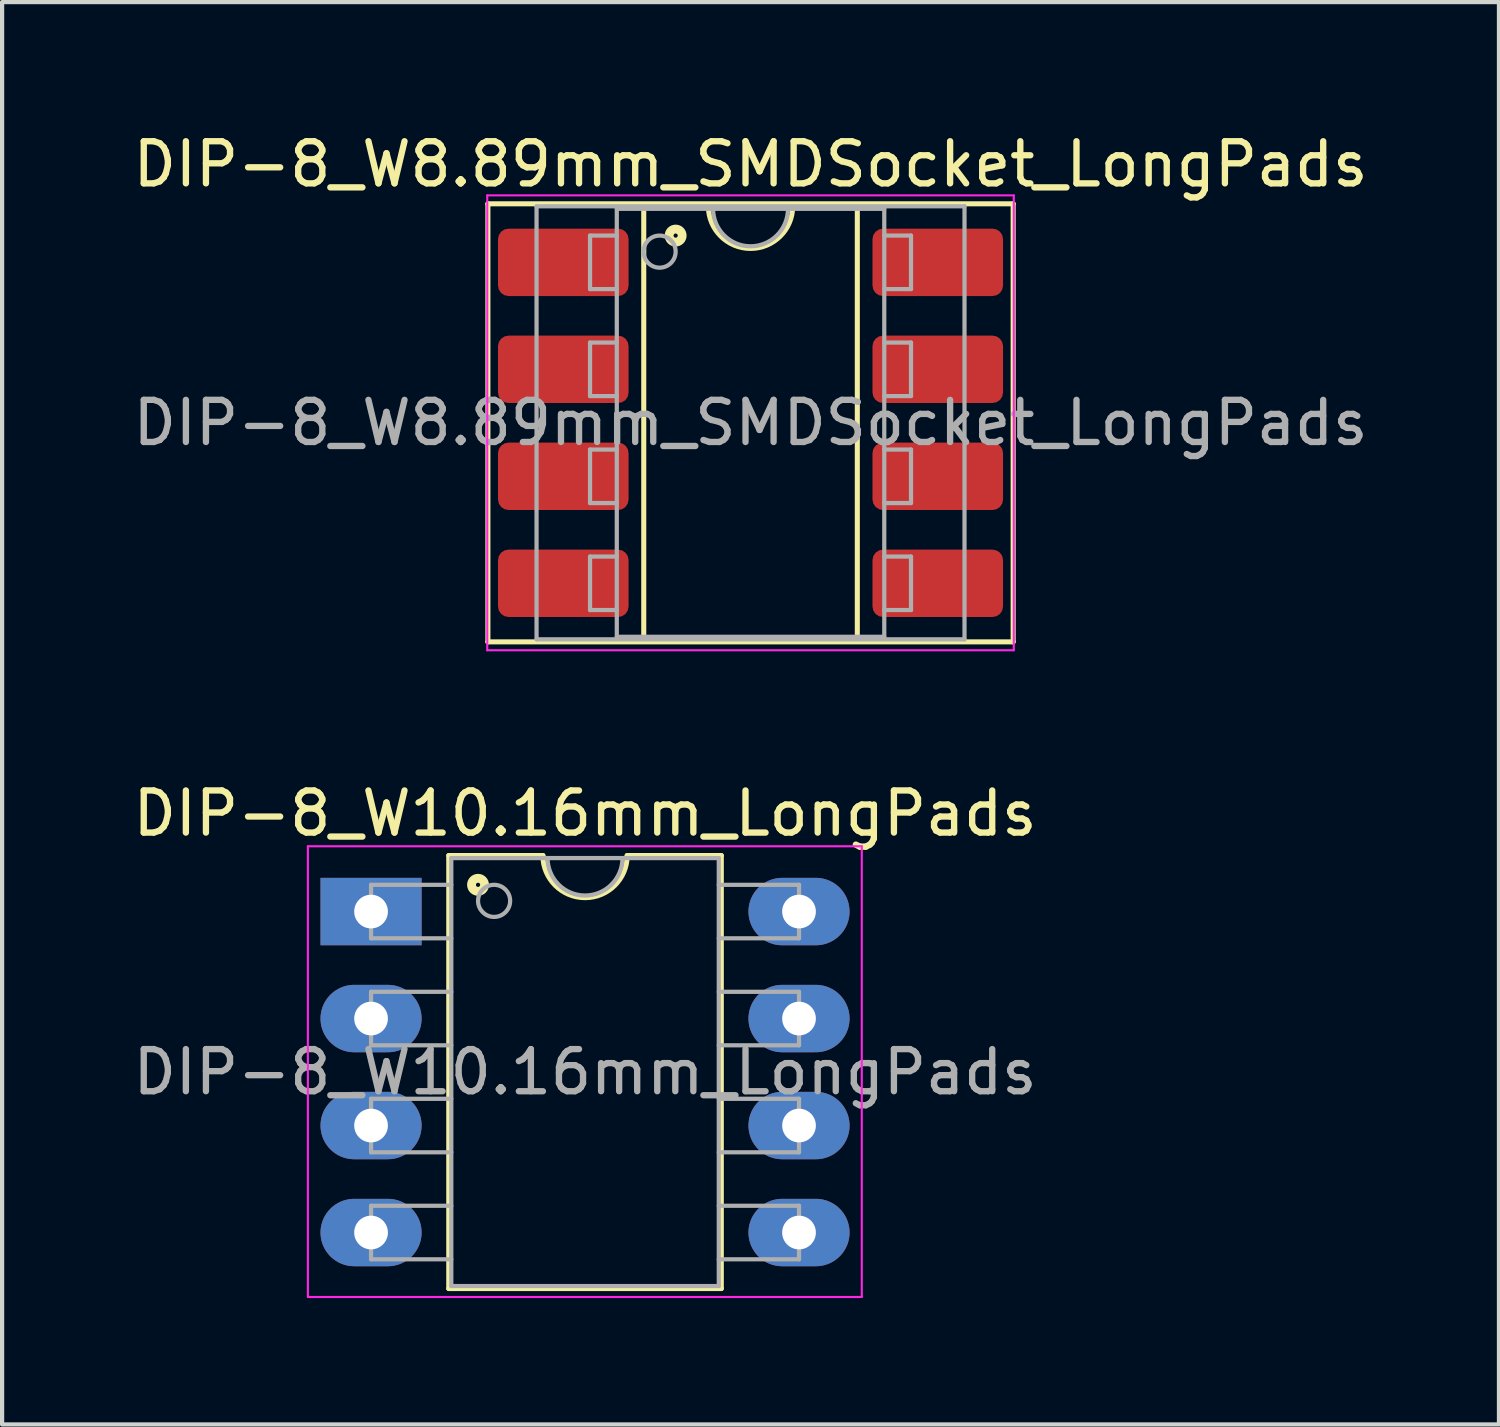
<source format=kicad_pcb>
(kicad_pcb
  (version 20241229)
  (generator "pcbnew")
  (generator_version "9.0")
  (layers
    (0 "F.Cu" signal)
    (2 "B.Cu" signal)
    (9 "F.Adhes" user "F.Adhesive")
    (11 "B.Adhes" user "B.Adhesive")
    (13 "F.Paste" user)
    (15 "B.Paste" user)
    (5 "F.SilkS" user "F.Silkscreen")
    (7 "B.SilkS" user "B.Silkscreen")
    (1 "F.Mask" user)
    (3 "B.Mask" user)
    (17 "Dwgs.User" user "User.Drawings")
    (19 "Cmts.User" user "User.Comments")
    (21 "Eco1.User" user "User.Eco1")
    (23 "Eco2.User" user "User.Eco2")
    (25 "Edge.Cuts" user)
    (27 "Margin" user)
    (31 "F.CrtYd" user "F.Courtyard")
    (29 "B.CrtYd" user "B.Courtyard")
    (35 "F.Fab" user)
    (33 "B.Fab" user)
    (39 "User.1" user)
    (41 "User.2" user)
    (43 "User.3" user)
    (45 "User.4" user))
  (footprint "DIP-8_W10.16mm_LongPads"
    (layer "F.Cu")
    (at 5.759 18.591)
    (property "Reference" "DIP-8_W10.16mm_LongPads" (at 5.08 -2.33 0) (layer "F.SilkS") (effects (font (size 1 1) (thickness 0.15))))
    (attr through_hole)
    (fp_line (start 1.845 -1.33) (end 1.845 8.95) (stroke (width 0.12) (type solid)) (layer "F.SilkS"))
    (fp_line (start 1.845 8.95) (end 8.315 8.95) (stroke (width 0.12) (type solid)) (layer "F.SilkS"))
    (fp_line (start 4.08 -1.33) (end 1.845 -1.33) (stroke (width 0.12) (type solid)) (layer "F.SilkS"))
    (fp_line (start 8.315 -1.33) (end 6.08 -1.33) (stroke (width 0.12) (type solid)) (layer "F.SilkS"))
    (fp_line (start 8.315 8.95) (end 8.315 -1.33) (stroke (width 0.12) (type solid)) (layer "F.SilkS"))
    (fp_arc (start 6.08 -1.33) (mid 5.08 -0.33) (end 4.08 -1.33) (stroke (width 0.12) (type solid)) (layer "F.SilkS"))
    (fp_circle (center 2.54 -0.635) (end 2.59 -0.635) (stroke (width 0.12) (type solid)) (fill no) (layer "F.SilkS"))
    (fp_circle (center 2.54 -0.635) (end 2.665 -0.635) (stroke (width 0.12) (type solid)) (fill no) (layer "F.SilkS"))
    (fp_circle (center 2.54 -0.635) (end 2.74 -0.635) (stroke (width 0.12) (type solid)) (fill no) (layer "F.SilkS"))
    (fp_line (start -1.5 -1.55) (end -1.5 9.15) (stroke (width 0.05) (type solid)) (layer "F.CrtYd"))
    (fp_line (start -1.5 9.15) (end 11.65 9.15) (stroke (width 0.05) (type solid)) (layer "F.CrtYd"))
    (fp_line (start 11.65 -1.55) (end -1.5 -1.55) (stroke (width 0.05) (type solid)) (layer "F.CrtYd"))
    (fp_line (start 11.65 9.15) (end 11.65 -1.55) (stroke (width 0.05) (type solid)) (layer "F.CrtYd"))
    (fp_line (start 0 -0.635) (end 0 0.635) (stroke (width 0.1) (type solid)) (layer "F.Fab"))
    (fp_line (start 0 -0.635) (end 1.905 -0.635) (stroke (width 0.1) (type solid)) (layer "F.Fab"))
    (fp_line (start 0 0.635) (end 1.905 0.635) (stroke (width 0.1) (type solid)) (layer "F.Fab"))
    (fp_line (start 0 1.905) (end 0 3.175) (stroke (width 0.1) (type solid)) (layer "F.Fab"))
    (fp_line (start 0 1.905) (end 1.905 1.905) (stroke (width 0.1) (type solid)) (layer "F.Fab"))
    (fp_line (start 0 3.175) (end 1.905 3.175) (stroke (width 0.1) (type solid)) (layer "F.Fab"))
    (fp_line (start 0 4.445) (end 0 5.715) (stroke (width 0.1) (type solid)) (layer "F.Fab"))
    (fp_line (start 0 4.445) (end 1.905 4.445) (stroke (width 0.1) (type solid)) (layer "F.Fab"))
    (fp_line (start 0 5.715) (end 1.905 5.715) (stroke (width 0.1) (type solid)) (layer "F.Fab"))
    (fp_line (start 0 6.985) (end 0 8.255) (stroke (width 0.1) (type solid)) (layer "F.Fab"))
    (fp_line (start 0 6.985) (end 1.905 6.985) (stroke (width 0.1) (type solid)) (layer "F.Fab"))
    (fp_line (start 0 8.255) (end 1.905 8.255) (stroke (width 0.1) (type solid)) (layer "F.Fab"))
    (fp_line (start 1.905 -1.27) (end 8.255 -1.27) (stroke (width 0.1) (type solid)) (layer "F.Fab"))
    (fp_line (start 1.905 8.89) (end 1.905 -1.27) (stroke (width 0.1) (type solid)) (layer "F.Fab"))
    (fp_line (start 8.255 -1.27) (end 8.255 8.89) (stroke (width 0.1) (type solid)) (layer "F.Fab"))
    (fp_line (start 8.255 8.89) (end 1.905 8.89) (stroke (width 0.1) (type solid)) (layer "F.Fab"))
    (fp_line (start 10.16 -0.635) (end 8.255 -0.635) (stroke (width 0.1) (type solid)) (layer "F.Fab"))
    (fp_line (start 10.16 0.635) (end 8.255 0.635) (stroke (width 0.1) (type solid)) (layer "F.Fab"))
    (fp_line (start 10.16 0.635) (end 10.16 -0.635) (stroke (width 0.1) (type solid)) (layer "F.Fab"))
    (fp_line (start 10.16 1.905) (end 8.255 1.905) (stroke (width 0.1) (type solid)) (layer "F.Fab"))
    (fp_line (start 10.16 3.175) (end 8.255 3.175) (stroke (width 0.1) (type solid)) (layer "F.Fab"))
    (fp_line (start 10.16 3.175) (end 10.16 1.905) (stroke (width 0.1) (type solid)) (layer "F.Fab"))
    (fp_line (start 10.16 4.445) (end 8.255 4.445) (stroke (width 0.1) (type solid)) (layer "F.Fab"))
    (fp_line (start 10.16 5.715) (end 8.255 5.715) (stroke (width 0.1) (type solid)) (layer "F.Fab"))
    (fp_line (start 10.16 5.715) (end 10.16 4.445) (stroke (width 0.1) (type solid)) (layer "F.Fab"))
    (fp_line (start 10.16 6.985) (end 8.255 6.985) (stroke (width 0.1) (type solid)) (layer "F.Fab"))
    (fp_line (start 10.16 8.255) (end 8.255 8.255) (stroke (width 0.1) (type solid)) (layer "F.Fab"))
    (fp_line (start 10.16 8.255) (end 10.16 6.985) (stroke (width 0.1) (type solid)) (layer "F.Fab"))
    (fp_arc (start 5.969 -1.27) (mid 5.08 -0.381) (end 4.191 -1.27) (stroke (width 0.1) (type solid)) (layer "F.Fab"))
    (fp_circle (center 2.921 -0.254) (end 3.302 -0.254) (stroke (width 0.1) (type solid)) (fill no) (layer "F.Fab"))
    (fp_text user "${REFERENCE}" (at 5.08 3.81 0) (layer "F.Fab") (effects (font (size 1 1) (thickness 0.15))))
    (pad "1" thru_hole rect (at 0 0) (size 2.4 1.6) (drill 0.8) (layers "*.Cu" "*.Mask"))
    (pad "2" thru_hole oval (at 0 2.54) (size 2.4 1.6) (drill 0.8) (layers "*.Cu" "*.Mask"))
    (pad "3" thru_hole oval (at 0 5.08) (size 2.4 1.6) (drill 0.8) (layers "*.Cu" "*.Mask"))
    (pad "4" thru_hole oval (at 0 7.62) (size 2.4 1.6) (drill 0.8) (layers "*.Cu" "*.Mask"))
    (pad "5" thru_hole oval (at 10.16 7.62) (size 2.4 1.6) (drill 0.8) (layers "*.Cu" "*.Mask"))
    (pad "6" thru_hole oval (at 10.16 5.08) (size 2.4 1.6) (drill 0.8) (layers "*.Cu" "*.Mask"))
    (pad "7" thru_hole oval (at 10.16 2.54) (size 2.4 1.6) (drill 0.8) (layers "*.Cu" "*.Mask"))
    (pad "8" thru_hole oval (at 10.16 0) (size 2.4 1.6) (drill 0.8) (layers "*.Cu" "*.Mask")))
  (footprint "DIP-8_W8.89mm_SMDSocket_LongPads"
    (layer "F.Cu")
    (at 14.768 6.988)
    (property "Reference" "DIP-8_W8.89mm_SMDSocket_LongPads" (at 0 -6.14 0) (layer "F.SilkS") (effects (font (size 1 1) (thickness 0.15))))
    (attr smd)
    (fp_line (start -6.235 -5.2) (end -6.235 5.2) (stroke (width 0.12) (type solid)) (layer "F.SilkS"))
    (fp_line (start -6.235 5.2) (end 6.235 5.2) (stroke (width 0.12) (type solid)) (layer "F.SilkS"))
    (fp_line (start -2.535 -5.14) (end -2.535 5.14) (stroke (width 0.12) (type solid)) (layer "F.SilkS"))
    (fp_line (start -2.535 5.14) (end 2.535 5.14) (stroke (width 0.12) (type solid)) (layer "F.SilkS"))
    (fp_line (start -1 -5.14) (end -2.535 -5.14) (stroke (width 0.12) (type solid)) (layer "F.SilkS"))
    (fp_line (start 2.535 -5.14) (end 1 -5.14) (stroke (width 0.12) (type solid)) (layer "F.SilkS"))
    (fp_line (start 2.535 5.14) (end 2.535 -5.14) (stroke (width 0.12) (type solid)) (layer "F.SilkS"))
    (fp_line (start 6.235 -5.2) (end -6.235 -5.2) (stroke (width 0.12) (type solid)) (layer "F.SilkS"))
    (fp_line (start 6.235 5.2) (end 6.235 -5.2) (stroke (width 0.12) (type solid)) (layer "F.SilkS"))
    (fp_arc (start 1 -5.14) (mid 0 -4.14) (end -1 -5.14) (stroke (width 0.12) (type solid)) (layer "F.SilkS"))
    (fp_circle (center -1.778 -4.445) (end -1.728 -4.445) (stroke (width 0.12) (type solid)) (fill no) (layer "F.SilkS"))
    (fp_circle (center -1.778 -4.445) (end -1.653 -4.445) (stroke (width 0.12) (type solid)) (fill no) (layer "F.SilkS"))
    (fp_circle (center -1.778 -4.445) (end -1.578 -4.445) (stroke (width 0.12) (type solid)) (fill no) (layer "F.SilkS"))
    (fp_line (start -6.25 -5.4) (end -6.25 5.4) (stroke (width 0.05) (type solid)) (layer "F.CrtYd"))
    (fp_line (start -6.25 5.4) (end 6.25 5.4) (stroke (width 0.05) (type solid)) (layer "F.CrtYd"))
    (fp_line (start 6.25 -5.4) (end -6.25 -5.4) (stroke (width 0.05) (type solid)) (layer "F.CrtYd"))
    (fp_line (start 6.25 5.4) (end 6.25 -5.4) (stroke (width 0.05) (type solid)) (layer "F.CrtYd"))
    (fp_line (start -5.08 -5.14) (end -5.08 5.14) (stroke (width 0.1) (type solid)) (layer "F.Fab"))
    (fp_line (start -5.08 5.14) (end 5.08 5.14) (stroke (width 0.1) (type solid)) (layer "F.Fab"))
    (fp_line (start -3.81 -4.445) (end -3.81 -3.175) (stroke (width 0.1) (type solid)) (layer "F.Fab"))
    (fp_line (start -3.81 -4.445) (end -3.175 -4.445) (stroke (width 0.1) (type solid)) (layer "F.Fab"))
    (fp_line (start -3.81 -3.175) (end -3.175 -3.175) (stroke (width 0.1) (type solid)) (layer "F.Fab"))
    (fp_line (start -3.81 -1.905) (end -3.81 -0.635) (stroke (width 0.1) (type solid)) (layer "F.Fab"))
    (fp_line (start -3.81 -1.905) (end -3.175 -1.905) (stroke (width 0.1) (type solid)) (layer "F.Fab"))
    (fp_line (start -3.81 -0.635) (end -3.175 -0.635) (stroke (width 0.1) (type solid)) (layer "F.Fab"))
    (fp_line (start -3.81 0.635) (end -3.81 1.905) (stroke (width 0.1) (type solid)) (layer "F.Fab"))
    (fp_line (start -3.81 0.635) (end -3.175 0.635) (stroke (width 0.1) (type solid)) (layer "F.Fab"))
    (fp_line (start -3.81 1.905) (end -3.175 1.905) (stroke (width 0.1) (type solid)) (layer "F.Fab"))
    (fp_line (start -3.81 3.175) (end -3.81 4.445) (stroke (width 0.1) (type solid)) (layer "F.Fab"))
    (fp_line (start -3.81 3.175) (end -3.175 3.175) (stroke (width 0.1) (type solid)) (layer "F.Fab"))
    (fp_line (start -3.81 4.445) (end -3.175 4.445) (stroke (width 0.1) (type solid)) (layer "F.Fab"))
    (fp_line (start -3.175 -5.08) (end 3.175 -5.08) (stroke (width 0.1) (type solid)) (layer "F.Fab"))
    (fp_line (start -3.175 5.08) (end -3.175 -5.08) (stroke (width 0.1) (type solid)) (layer "F.Fab"))
    (fp_line (start 3.175 -5.08) (end 3.175 5.08) (stroke (width 0.1) (type solid)) (layer "F.Fab"))
    (fp_line (start 3.175 5.08) (end -3.175 5.08) (stroke (width 0.1) (type solid)) (layer "F.Fab"))
    (fp_line (start 3.81 -4.445) (end 3.175 -4.445) (stroke (width 0.1) (type solid)) (layer "F.Fab"))
    (fp_line (start 3.81 -3.175) (end 3.175 -3.175) (stroke (width 0.1) (type solid)) (layer "F.Fab"))
    (fp_line (start 3.81 -3.175) (end 3.81 -4.445) (stroke (width 0.1) (type solid)) (layer "F.Fab"))
    (fp_line (start 3.81 -1.905) (end 3.175 -1.905) (stroke (width 0.1) (type solid)) (layer "F.Fab"))
    (fp_line (start 3.81 -0.635) (end 3.175 -0.635) (stroke (width 0.1) (type solid)) (layer "F.Fab"))
    (fp_line (start 3.81 -0.635) (end 3.81 -1.905) (stroke (width 0.1) (type solid)) (layer "F.Fab"))
    (fp_line (start 3.81 0.635) (end 3.175 0.635) (stroke (width 0.1) (type solid)) (layer "F.Fab"))
    (fp_line (start 3.81 1.905) (end 3.175 1.905) (stroke (width 0.1) (type solid)) (layer "F.Fab"))
    (fp_line (start 3.81 1.905) (end 3.81 0.635) (stroke (width 0.1) (type solid)) (layer "F.Fab"))
    (fp_line (start 3.81 3.175) (end 3.175 3.175) (stroke (width 0.1) (type solid)) (layer "F.Fab"))
    (fp_line (start 3.81 4.445) (end 3.175 4.445) (stroke (width 0.1) (type solid)) (layer "F.Fab"))
    (fp_line (start 3.81 4.445) (end 3.81 3.175) (stroke (width 0.1) (type solid)) (layer "F.Fab"))
    (fp_line (start 5.08 -5.14) (end -5.08 -5.14) (stroke (width 0.1) (type solid)) (layer "F.Fab"))
    (fp_line (start 5.08 5.14) (end 5.08 -5.14) (stroke (width 0.1) (type solid)) (layer "F.Fab"))
    (fp_arc (start 0.889 -5.08) (mid 0 -4.191) (end -0.889 -5.08) (stroke (width 0.1) (type solid)) (layer "F.Fab"))
    (fp_circle (center -2.159 -4.064) (end -1.778 -4.064) (stroke (width 0.1) (type solid)) (fill no) (layer "F.Fab"))
    (fp_text user "${REFERENCE}" (at 0 0 0) (layer "F.Fab") (effects (font (size 1 1) (thickness 0.15))))
    (pad "1" smd roundrect (at -4.445 -3.81) (size 3.1 1.6) (layers "F.Cu" "F.Mask" "F.Paste") (roundrect_rratio 0.156))
    (pad "2" smd roundrect (at -4.445 -1.27) (size 3.1 1.6) (layers "F.Cu" "F.Mask" "F.Paste") (roundrect_rratio 0.156))
    (pad "3" smd roundrect (at -4.445 1.27) (size 3.1 1.6) (layers "F.Cu" "F.Mask" "F.Paste") (roundrect_rratio 0.156))
    (pad "4" smd roundrect (at -4.445 3.81) (size 3.1 1.6) (layers "F.Cu" "F.Mask" "F.Paste") (roundrect_rratio 0.156))
    (pad "5" smd roundrect (at 4.445 3.81) (size 3.1 1.6) (layers "F.Cu" "F.Mask" "F.Paste") (roundrect_rratio 0.156))
    (pad "6" smd roundrect (at 4.445 1.27) (size 3.1 1.6) (layers "F.Cu" "F.Mask" "F.Paste") (roundrect_rratio 0.156))
    (pad "7" smd roundrect (at 4.445 -1.27) (size 3.1 1.6) (layers "F.Cu" "F.Mask" "F.Paste") (roundrect_rratio 0.156))
    (pad "8" smd roundrect (at 4.445 -3.81) (size 3.1 1.6) (layers "F.Cu" "F.Mask" "F.Paste") (roundrect_rratio 0.156)))
  (gr_rect
    (start -3 -3)
    (end 32.536 30.767)
    (stroke (width 0.1) (type default))
    (fill no)
    (layer "Edge.Cuts")))
</source>
